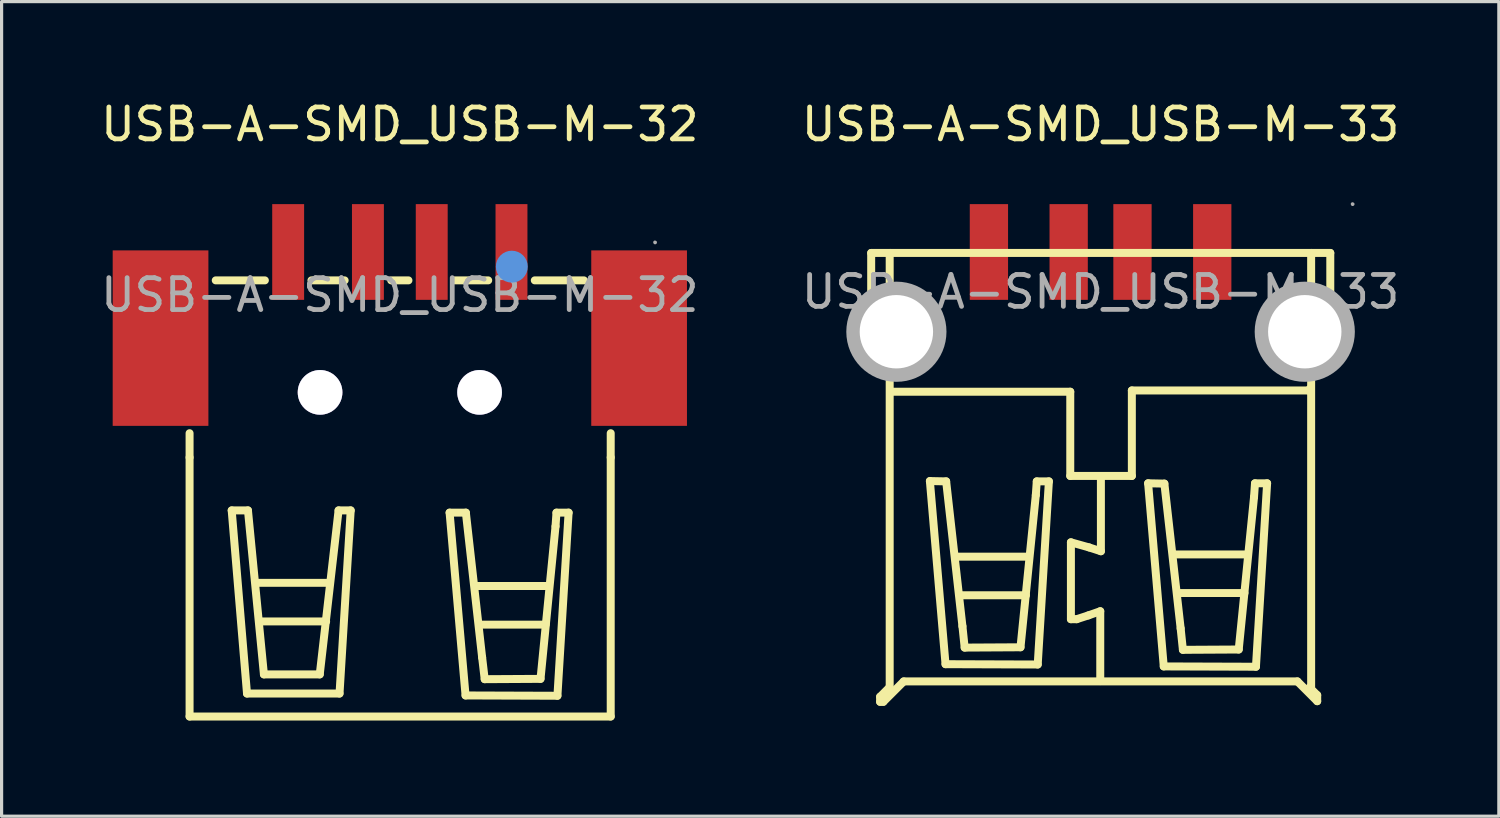
<source format=kicad_pcb>
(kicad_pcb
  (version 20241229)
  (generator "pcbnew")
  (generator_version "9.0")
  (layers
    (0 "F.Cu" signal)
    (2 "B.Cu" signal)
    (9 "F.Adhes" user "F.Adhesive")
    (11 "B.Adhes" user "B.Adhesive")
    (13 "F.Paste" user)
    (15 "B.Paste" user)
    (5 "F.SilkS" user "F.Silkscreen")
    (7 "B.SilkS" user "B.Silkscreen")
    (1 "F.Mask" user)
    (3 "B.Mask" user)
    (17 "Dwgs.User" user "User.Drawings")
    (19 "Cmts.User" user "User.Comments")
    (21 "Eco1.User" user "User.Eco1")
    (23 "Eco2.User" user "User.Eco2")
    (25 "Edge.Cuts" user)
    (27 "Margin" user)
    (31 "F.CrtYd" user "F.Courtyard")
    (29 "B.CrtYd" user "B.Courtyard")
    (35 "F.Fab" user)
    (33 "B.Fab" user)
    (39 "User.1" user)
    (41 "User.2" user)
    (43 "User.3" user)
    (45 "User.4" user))
  (footprint "USB-A-SMD_USB-M-32"
    (layer "F.Cu")
    (at 9.482 6.198)
    (property "Reference" "USB-A-SMD_USB-M-32" (at 0 -5.35 0) (layer "F.SilkS") (effects (font (size 1 1) (thickness 0.15))))
    (attr through_hole)
    (fp_line (start -6.59 5.09) (end -6.59 4.33) (stroke (width 0.25) (type solid)) (layer "F.SilkS"))
    (fp_line (start -6.59 13.21) (end -6.59 5.09) (stroke (width 0.25) (type solid)) (layer "F.SilkS"))
    (fp_line (start -6.59 13.21) (end 6.61 13.21) (stroke (width 0.25) (type solid)) (layer "F.SilkS"))
    (fp_line (start -5.77 -0.46) (end -4.23 -0.46) (stroke (width 0.25) (type solid)) (layer "F.SilkS"))
    (fp_line (start -5.27 6.75) (end -4.76 6.75) (stroke (width 0.25) (type solid)) (layer "F.SilkS"))
    (fp_line (start -4.79 12.49) (end -5.27 6.75) (stroke (width 0.25) (type solid)) (layer "F.SilkS"))
    (fp_line (start -4.76 6.75) (end -4.26 11.89) (stroke (width 0.25) (type solid)) (layer "F.SilkS"))
    (fp_line (start -4.48 9.02) (end -2.22 9.02) (stroke (width 0.25) (type solid)) (layer "F.SilkS"))
    (fp_line (start -4.34 10.23) (end -2.31 10.23) (stroke (width 0.25) (type solid)) (layer "F.SilkS"))
    (fp_line (start -4.26 11.89) (end -2.51 11.89) (stroke (width 0.25) (type solid)) (layer "F.SilkS"))
    (fp_line (start -2.77 -0.46) (end -1.73 -0.46) (stroke (width 0.25) (type solid)) (layer "F.SilkS"))
    (fp_line (start -2.51 11.89) (end -1.92 6.75) (stroke (width 0.25) (type solid)) (layer "F.SilkS"))
    (fp_line (start -1.92 6.75) (end -1.54 6.75) (stroke (width 0.25) (type solid)) (layer "F.SilkS"))
    (fp_line (start -1.89 12.49) (end -4.79 12.49) (stroke (width 0.25) (type solid)) (layer "F.SilkS"))
    (fp_line (start -1.54 6.75) (end -1.89 12.49) (stroke (width 0.25) (type solid)) (layer "F.SilkS"))
    (fp_line (start -0.27 -0.46) (end 0.27 -0.46) (stroke (width 0.25) (type solid)) (layer "F.SilkS"))
    (fp_line (start 1.56 6.82) (end 2.07 6.82) (stroke (width 0.25) (type solid)) (layer "F.SilkS"))
    (fp_line (start 1.73 -0.46) (end 2.77 -0.46) (stroke (width 0.25) (type solid)) (layer "F.SilkS"))
    (fp_line (start 2.06 12.55) (end 1.56 6.82) (stroke (width 0.25) (type solid)) (layer "F.SilkS"))
    (fp_line (start 2.07 6.82) (end 2.58 11.36) (stroke (width 0.25) (type solid)) (layer "F.SilkS"))
    (fp_line (start 2.4 9.12) (end 4.66 9.12) (stroke (width 0.25) (type solid)) (layer "F.SilkS"))
    (fp_line (start 2.54 10.33) (end 4.57 10.33) (stroke (width 0.25) (type solid)) (layer "F.SilkS"))
    (fp_line (start 2.58 11.36) (end 2.66 12.04) (stroke (width 0.25) (type solid)) (layer "F.SilkS"))
    (fp_line (start 2.66 12.04) (end 4.41 12.03) (stroke (width 0.25) (type solid)) (layer "F.SilkS"))
    (fp_line (start 4.23 -0.46) (end 5.77 -0.46) (stroke (width 0.25) (type solid)) (layer "F.SilkS"))
    (fp_line (start 4.41 12.03) (end 4.88 7.25) (stroke (width 0.25) (type solid)) (layer "F.SilkS"))
    (fp_line (start 4.88 7.25) (end 4.91 6.82) (stroke (width 0.25) (type solid)) (layer "F.SilkS"))
    (fp_line (start 4.91 6.82) (end 5.29 6.82) (stroke (width 0.25) (type solid)) (layer "F.SilkS"))
    (fp_line (start 4.94 12.56) (end 2.06 12.55) (stroke (width 0.25) (type solid)) (layer "F.SilkS"))
    (fp_line (start 5.29 6.82) (end 4.94 12.56) (stroke (width 0.25) (type solid)) (layer "F.SilkS"))
    (fp_line (start 6.61 5.09) (end 6.61 4.33) (stroke (width 0.25) (type solid)) (layer "F.SilkS"))
    (fp_line (start 6.61 13.21) (end 6.61 5.09) (stroke (width 0.25) (type solid)) (layer "F.SilkS"))
    (fp_circle (center 3.51 -0.89) (end 3.76 -0.89) (stroke (width 0.5) (type solid)) (fill no) (layer "Cmts.User"))
    (fp_circle (center -2.5 3.05) (end -2.2 3.05) (stroke (width 0.6) (type solid)) (fill no) (layer "F.Fab"))
    (fp_circle (center 2.5 3.05) (end 2.8 3.05) (stroke (width 0.6) (type solid)) (fill no) (layer "F.Fab"))
    (fp_circle (center 8 -1.65) (end 8.03 -1.65) (stroke (width 0.06) (type solid)) (fill no) (layer "F.Fab"))
    (fp_text user "${REFERENCE}" (at 0 0 0) (layer "F.Fab") (effects (font (size 1 1) (thickness 0.15))))
    (pad "" thru_hole circle (at -2.5 3.05) (size 1.4 1.4) (drill 1.4) (layers "*.Cu" "*.Mask"))
    (pad "" thru_hole circle (at 2.5 3.05) (size 1.4 1.4) (drill 1.4) (layers "*.Cu" "*.Mask"))
    (pad "1" smd rect (at 3.5 -1.35) (size 1 3) (layers "F.Cu" "F.Mask" "F.Paste"))
    (pad "2" smd rect (at 1 -1.35) (size 1 3) (layers "F.Cu" "F.Mask" "F.Paste"))
    (pad "3" smd rect (at -1 -1.35) (size 1 3) (layers "F.Cu" "F.Mask" "F.Paste"))
    (pad "4" smd rect (at -3.5 -1.35) (size 1 3) (layers "F.Cu" "F.Mask" "F.Paste"))
    (pad "5" smd rect (at -7.5 1.35 90) (size 5.5 3) (layers "F.Cu" "F.Mask" "F.Paste"))
    (pad "6" smd rect (at 7.5 1.35 90) (size 5.5 3) (layers "F.Cu" "F.Mask" "F.Paste")))
  (footprint "USB-A-SMD_USB-M-33"
    (layer "F.Cu")
    (at 31.446 6.098)
    (property "Reference" "USB-A-SMD_USB-M-33" (at 0 -5.25 0) (layer "F.SilkS") (effects (font (size 1 1) (thickness 0.15))))
    (attr through_hole)
    (fp_line (start -7.19 2.28) (end -7.19 -1.22) (stroke (width 0.25) (type solid)) (layer "F.SilkS"))
    (fp_line (start -6.91 12.69) (end -6.91 12.85) (stroke (width 0.25) (type solid)) (layer "F.SilkS"))
    (fp_line (start -6.91 12.85) (end -6.81 12.85) (stroke (width 0.25) (type solid)) (layer "F.SilkS"))
    (fp_line (start -6.81 12.85) (end -6.17 12.21) (stroke (width 0.25) (type solid)) (layer "F.SilkS"))
    (fp_line (start -6.62 12.4) (end -6.91 12.69) (stroke (width 0.25) (type solid)) (layer "F.SilkS"))
    (fp_line (start -6.61 -1.21) (end -6.61 12.39) (stroke (width 0.25) (type solid)) (layer "F.SilkS"))
    (fp_line (start -6.6 -1.22) (end 6.6 -1.22) (stroke (width 0.25) (type solid)) (layer "F.SilkS"))
    (fp_line (start -6.6 3.13) (end -0.95 3.13) (stroke (width 0.25) (type solid)) (layer "F.SilkS"))
    (fp_line (start -6.59 -1.22) (end -7.19 -1.22) (stroke (width 0.25) (type solid)) (layer "F.SilkS"))
    (fp_line (start -6.59 2.28) (end -7.19 2.28) (stroke (width 0.25) (type solid)) (layer "F.SilkS"))
    (fp_line (start -6.17 12.21) (end 6.17 12.21) (stroke (width 0.25) (type solid)) (layer "F.SilkS"))
    (fp_line (start -5.35 5.93) (end -4.84 5.94) (stroke (width 0.25) (type solid)) (layer "F.SilkS"))
    (fp_line (start -4.86 11.67) (end -5.35 5.93) (stroke (width 0.25) (type solid)) (layer "F.SilkS"))
    (fp_line (start -4.84 5.94) (end -4.33 10.48) (stroke (width 0.25) (type solid)) (layer "F.SilkS"))
    (fp_line (start -4.51 8.3) (end -2.25 8.3) (stroke (width 0.25) (type solid)) (layer "F.SilkS"))
    (fp_line (start -4.37 9.51) (end -2.34 9.51) (stroke (width 0.25) (type solid)) (layer "F.SilkS"))
    (fp_line (start -4.33 10.48) (end -4.26 11.15) (stroke (width 0.25) (type solid)) (layer "F.SilkS"))
    (fp_line (start -4.26 11.15) (end -2.51 11.14) (stroke (width 0.25) (type solid)) (layer "F.SilkS"))
    (fp_line (start -2.51 11.14) (end -2.03 6.37) (stroke (width 0.25) (type solid)) (layer "F.SilkS"))
    (fp_line (start -2.03 6.37) (end -2 5.94) (stroke (width 0.25) (type solid)) (layer "F.SilkS"))
    (fp_line (start -2 5.94) (end -1.62 5.94) (stroke (width 0.25) (type solid)) (layer "F.SilkS"))
    (fp_line (start -1.97 11.68) (end -4.86 11.67) (stroke (width 0.25) (type solid)) (layer "F.SilkS"))
    (fp_line (start -1.62 5.94) (end -1.97 11.68) (stroke (width 0.25) (type solid)) (layer "F.SilkS"))
    (fp_line (start -0.95 3.13) (end -0.95 5.77) (stroke (width 0.25) (type solid)) (layer "F.SilkS"))
    (fp_line (start -0.95 5.77) (end 0.98 5.77) (stroke (width 0.25) (type solid)) (layer "F.SilkS"))
    (fp_line (start -0.93 7.85) (end -0.93 10.26) (stroke (width 0.25) (type solid)) (layer "F.SilkS"))
    (fp_line (start -0.93 10.26) (end -0.75 10.26) (stroke (width 0.25) (type solid)) (layer "F.SilkS"))
    (fp_line (start -0.75 10.26) (end -0.38 10.14) (stroke (width 0.25) (type solid)) (layer "F.SilkS"))
    (fp_line (start -0.38 10.14) (end -0.01 10.01) (stroke (width 0.25) (type solid)) (layer "F.SilkS"))
    (fp_line (start -0.36 8.01) (end -0.93 7.85) (stroke (width 0.25) (type solid)) (layer "F.SilkS"))
    (fp_line (start -0.01 10.01) (end -0.01 12.2) (stroke (width 0.25) (type solid)) (layer "F.SilkS"))
    (fp_line (start 0.01 5.82) (end 0.01 8.13) (stroke (width 0.25) (type solid)) (layer "F.SilkS"))
    (fp_line (start 0.01 8.13) (end -0.36 8.01) (stroke (width 0.25) (type solid)) (layer "F.SilkS"))
    (fp_line (start 0.98 3.09) (end 6.51 3.09) (stroke (width 0.25) (type solid)) (layer "F.SilkS"))
    (fp_line (start 0.98 5.77) (end 0.98 3.09) (stroke (width 0.25) (type solid)) (layer "F.SilkS"))
    (fp_line (start 1.49 6) (end 2 6.01) (stroke (width 0.25) (type solid)) (layer "F.SilkS"))
    (fp_line (start 1.98 11.74) (end 1.49 6) (stroke (width 0.25) (type solid)) (layer "F.SilkS"))
    (fp_line (start 2 6.01) (end 2.51 10.55) (stroke (width 0.25) (type solid)) (layer "F.SilkS"))
    (fp_line (start 2.34 8.23) (end 4.6 8.23) (stroke (width 0.25) (type solid)) (layer "F.SilkS"))
    (fp_line (start 2.48 9.44) (end 4.51 9.44) (stroke (width 0.25) (type solid)) (layer "F.SilkS"))
    (fp_line (start 2.51 10.55) (end 2.58 11.22) (stroke (width 0.25) (type solid)) (layer "F.SilkS"))
    (fp_line (start 2.58 11.22) (end 4.33 11.21) (stroke (width 0.25) (type solid)) (layer "F.SilkS"))
    (fp_line (start 4.33 11.21) (end 4.81 6.43) (stroke (width 0.25) (type solid)) (layer "F.SilkS"))
    (fp_line (start 4.81 6.43) (end 4.84 6) (stroke (width 0.25) (type solid)) (layer "F.SilkS"))
    (fp_line (start 4.84 6) (end 5.22 6) (stroke (width 0.25) (type solid)) (layer "F.SilkS"))
    (fp_line (start 4.87 11.75) (end 1.98 11.74) (stroke (width 0.25) (type solid)) (layer "F.SilkS"))
    (fp_line (start 5.22 6) (end 4.87 11.75) (stroke (width 0.25) (type solid)) (layer "F.SilkS"))
    (fp_line (start 6.17 12.21) (end 6.79 12.83) (stroke (width 0.25) (type solid)) (layer "F.SilkS"))
    (fp_line (start 6.51 3.09) (end 6.57 3.03) (stroke (width 0.25) (type solid)) (layer "F.SilkS"))
    (fp_line (start 6.6 -1.22) (end 6.6 12.38) (stroke (width 0.25) (type solid)) (layer "F.SilkS"))
    (fp_line (start 6.6 -1.22) (end 7.2 -1.22) (stroke (width 0.25) (type solid)) (layer "F.SilkS"))
    (fp_line (start 6.6 2.28) (end 7.2 2.28) (stroke (width 0.25) (type solid)) (layer "F.SilkS"))
    (fp_line (start 6.79 12.64) (end 6.55 12.4) (stroke (width 0.25) (type solid)) (layer "F.SilkS"))
    (fp_line (start 6.79 12.83) (end 6.79 12.64) (stroke (width 0.25) (type solid)) (layer "F.SilkS"))
    (fp_line (start 7.2 -1.22) (end 7.2 2.28) (stroke (width 0.25) (type solid)) (layer "F.SilkS"))
    (fp_circle (center -6.4 1.25) (end -5.88 1.25) (stroke (width 1.05) (type solid)) (fill no) (layer "F.Fab"))
    (fp_circle (center 6.4 1.25) (end 6.92 1.25) (stroke (width 1.05) (type solid)) (fill no) (layer "F.Fab"))
    (fp_circle (center 7.9 -2.75) (end 7.93 -2.75) (stroke (width 0.06) (type solid)) (fill no) (layer "F.Fab"))
    (fp_text user "${REFERENCE}" (at 0 0 0) (layer "F.Fab") (effects (font (size 1 1) (thickness 0.15))))
    (pad "0" thru_hole circle (at -6.4 1.25 270) (size 3 3) (drill 2.3) (layers "*.Cu" "*.Paste" "*.Mask"))
    (pad "0" thru_hole circle (at 6.4 1.25 90) (size 3 3) (drill 2.3) (layers "*.Cu" "*.Paste" "*.Mask"))
    (pad "1" smd rect (at 3.5 -1.25 180) (size 1.2 3) (layers "F.Cu" "F.Mask" "F.Paste"))
    (pad "2" smd rect (at 1 -1.25 180) (size 1.2 3) (layers "F.Cu" "F.Mask" "F.Paste"))
    (pad "3" smd rect (at -1 -1.25 180) (size 1.2 3) (layers "F.Cu" "F.Mask" "F.Paste"))
    (pad "4" smd rect (at -3.5 -1.25 180) (size 1.2 3) (layers "F.Cu" "F.Mask" "F.Paste")))
  (gr_rect
    (start -3 -3)
    (end 43.929 22.533)
    (stroke (width 0.1) (type default))
    (fill no)
    (layer "Edge.Cuts")))
</source>
